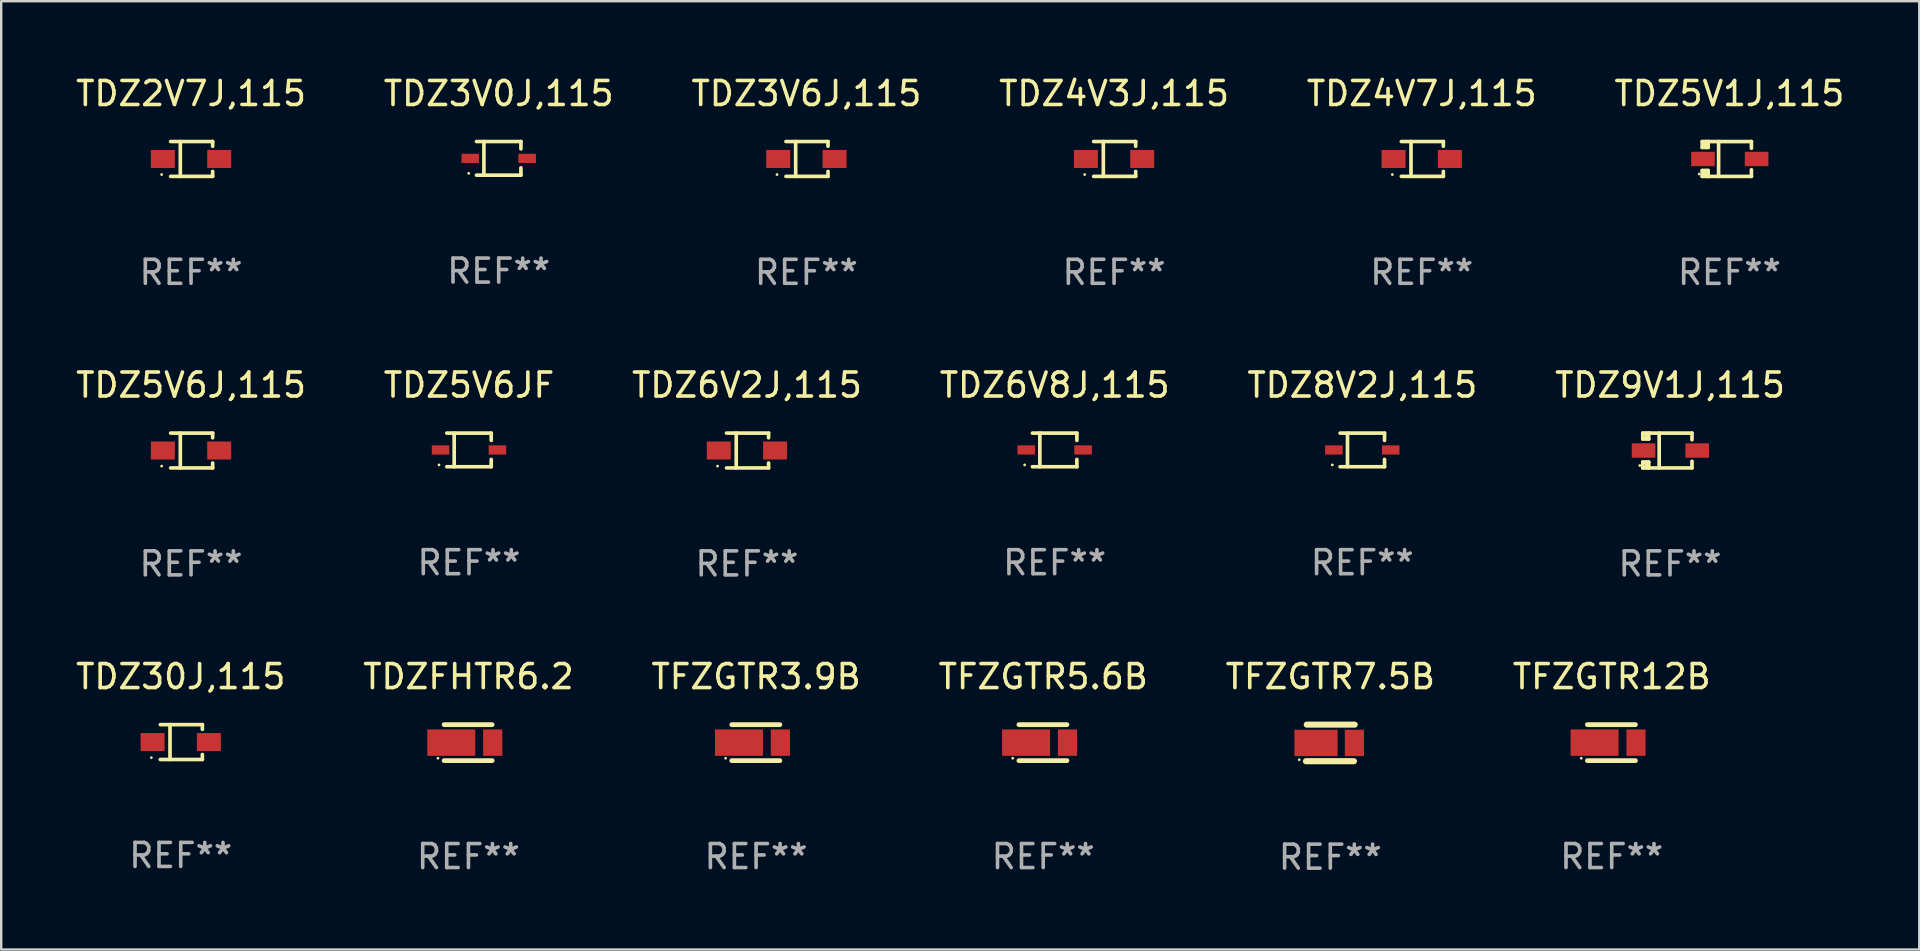
<source format=kicad_pcb>
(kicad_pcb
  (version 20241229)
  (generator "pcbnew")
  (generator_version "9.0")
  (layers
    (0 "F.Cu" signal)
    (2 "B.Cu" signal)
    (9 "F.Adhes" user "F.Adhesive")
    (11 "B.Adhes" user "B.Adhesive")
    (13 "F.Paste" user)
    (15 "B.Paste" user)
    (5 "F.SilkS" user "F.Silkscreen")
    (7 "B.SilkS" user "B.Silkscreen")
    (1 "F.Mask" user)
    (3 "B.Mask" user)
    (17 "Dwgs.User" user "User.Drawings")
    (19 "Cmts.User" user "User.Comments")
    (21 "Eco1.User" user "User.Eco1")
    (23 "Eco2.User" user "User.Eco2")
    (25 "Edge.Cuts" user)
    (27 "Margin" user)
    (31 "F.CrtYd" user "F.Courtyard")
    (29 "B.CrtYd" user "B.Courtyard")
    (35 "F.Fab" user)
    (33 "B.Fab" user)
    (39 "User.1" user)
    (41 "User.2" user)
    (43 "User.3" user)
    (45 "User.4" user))
  (footprint "TDZ6V2J,115"
    (layer "F.Cu")
    (at 28.077 15.724)
    (property "Reference" "TDZ6V2J,115" (at 0 -2.726 0) (layer "F.SilkS") (effects (font (size 1 1) (thickness 0.15))))
    (attr through_hole)
    (fp_line (start -0.851 -0.726) (end 0.901 -0.726) (stroke (width 0.152) (type solid)) (layer "F.SilkS"))
    (fp_line (start -0.851 0.726) (end 0.901 0.726) (stroke (width 0.152) (type solid)) (layer "F.SilkS"))
    (fp_line (start -0.447 -0.726) (end -0.447 0.726) (stroke (width 0.152) (type solid)) (layer "F.SilkS"))
    (fp_line (start 0.901 -0.726) (end 0.901 -0.53) (stroke (width 0.152) (type solid)) (layer "F.SilkS"))
    (fp_line (start 0.901 0.726) (end 0.901 0.52) (stroke (width 0.152) (type solid)) (layer "F.SilkS"))
    (fp_circle (center -1.225 0.65) (end -1.195 0.65) (stroke (width 0.06) (type solid)) (fill no) (layer "F.SilkS"))
    (fp_text user "REF**" (at 0 4.726 0) (layer "F.Fab") (effects (font (size 1 1) (thickness 0.15))))
    (pad "1" smd rect (at -1.173 0) (size 1 0.75) (layers "F.Cu" "F.Mask" "F.Paste"))
    (pad "2" smd rect (at 1.173 0) (size 1 0.75) (layers "F.Cu" "F.Mask" "F.Paste")))
  (footprint "TDZ3V6J,115"
    (layer "F.Cu")
    (at 30.554 3.574)
    (property "Reference" "TDZ3V6J,115" (at 0 -2.726 0) (layer "F.SilkS") (effects (font (size 1 1) (thickness 0.15))))
    (attr through_hole)
    (fp_line (start -0.851 -0.726) (end 0.901 -0.726) (stroke (width 0.152) (type solid)) (layer "F.SilkS"))
    (fp_line (start -0.851 0.726) (end 0.901 0.726) (stroke (width 0.152) (type solid)) (layer "F.SilkS"))
    (fp_line (start -0.447 -0.726) (end -0.447 0.726) (stroke (width 0.152) (type solid)) (layer "F.SilkS"))
    (fp_line (start 0.901 -0.726) (end 0.901 -0.53) (stroke (width 0.152) (type solid)) (layer "F.SilkS"))
    (fp_line (start 0.901 0.726) (end 0.901 0.52) (stroke (width 0.152) (type solid)) (layer "F.SilkS"))
    (fp_circle (center -1.225 0.65) (end -1.195 0.65) (stroke (width 0.06) (type solid)) (fill no) (layer "F.SilkS"))
    (fp_text user "REF**" (at 0 4.726 0) (layer "F.Fab") (effects (font (size 1 1) (thickness 0.15))))
    (pad "1" smd rect (at -1.173 0) (size 1 0.75) (layers "F.Cu" "F.Mask" "F.Paste"))
    (pad "2" smd rect (at 1.173 0) (size 1 0.75) (layers "F.Cu" "F.Mask" "F.Paste")))
  (footprint "TFZGTR12B"
    (layer "F.Cu")
    (at 64.113 27.897)
    (property "Reference" "TFZGTR12B" (at 0 -2.75 0) (layer "F.SilkS") (effects (font (size 1 1) (thickness 0.15))))
    (attr through_hole)
    (fp_line (start 0.988 -0.75) (end -1.012 -0.75) (stroke (width 0.2) (type solid)) (layer "F.SilkS"))
    (fp_line (start 0.988 0.75) (end -1.012 0.75) (stroke (width 0.2) (type solid)) (layer "F.SilkS"))
    (fp_circle (center -1.27 0.65) (end -1.24 0.65) (stroke (width 0.06) (type solid)) (fill no) (layer "F.SilkS"))
    (fp_text user "REF**" (at 0 4.75 0) (layer "F.Fab") (effects (font (size 1 1) (thickness 0.15))))
    (pad "1" smd rect (at -0.714 0.000203) (size 2 1.1) (layers "F.Cu" "F.Mask" "F.Paste"))
    (pad "2" smd rect (at 1.012 0.000203) (size 0.8 1.1) (layers "F.Cu" "F.Mask" "F.Paste")))
  (footprint "TDZ9V1J,115"
    (layer "F.Cu")
    (at 66.542 15.724)
    (property "Reference" "TDZ9V1J,115" (at 0 -2.726 0) (layer "F.SilkS") (effects (font (size 1 1) (thickness 0.15))))
    (attr through_hole)
    (fp_line (start -1.134 0.48) (end -1.134 0.726) (stroke (width 0.152) (type solid)) (layer "F.SilkS"))
    (fp_line (start -1.134 0.726) (end -0.885 0.726) (stroke (width 0.152) (type solid)) (layer "F.SilkS"))
    (fp_line (start -1.134 -0.726) (end -1.134 -0.48) (stroke (width 0.152) (type solid)) (layer "F.SilkS"))
    (fp_line (start -0.992 -0.726) (end -0.992 -0.48) (stroke (width 0.152) (type solid)) (layer "F.SilkS"))
    (fp_line (start -0.992 0.48) (end -0.992 0.726) (stroke (width 0.152) (type solid)) (layer "F.SilkS"))
    (fp_line (start -0.885 -0.726) (end -1.134 -0.726) (stroke (width 0.152) (type solid)) (layer "F.SilkS"))
    (fp_line (start -0.885 -0.48) (end -1.134 -0.48) (stroke (width 0.152) (type solid)) (layer "F.SilkS"))
    (fp_line (start -0.885 -0.48) (end -0.885 -0.726) (stroke (width 0.152) (type solid)) (layer "F.SilkS"))
    (fp_line (start -0.885 0.48) (end -1.134 0.48) (stroke (width 0.152) (type solid)) (layer "F.SilkS"))
    (fp_line (start -0.885 0.48) (end -0.885 0.726) (stroke (width 0.152) (type solid)) (layer "F.SilkS"))
    (fp_line (start -0.451 0.726) (end -0.451 -0.726) (stroke (width 0.152) (type solid)) (layer "F.SilkS"))
    (fp_line (start 0.917 -0.726) (end -0.885 -0.726) (stroke (width 0.152) (type solid)) (layer "F.SilkS"))
    (fp_line (start 0.917 -0.726) (end 0.917 -0.448) (stroke (width 0.152) (type solid)) (layer "F.SilkS"))
    (fp_line (start 0.917 0.726) (end -0.885 0.726) (stroke (width 0.152) (type solid)) (layer "F.SilkS"))
    (fp_line (start 0.917 0.726) (end 0.917 0.448) (stroke (width 0.152) (type solid)) (layer "F.SilkS"))
    (fp_circle (center -1.259 0.625) (end -1.229 0.625) (stroke (width 0.06) (type solid)) (fill no) (layer "F.SilkS"))
    (fp_text user "REF**" (at 0 4.726 0) (layer "F.Fab") (effects (font (size 1 1) (thickness 0.15))))
    (pad "1" smd rect (at -1.101 -0.000114) (size 0.985 0.6) (layers "F.Cu" "F.Mask" "F.Paste"))
    (pad "2" smd rect (at 1.134 -0.000114) (size 0.985 0.6) (layers "F.Cu" "F.Mask" "F.Paste")))
  (footprint "TDZ5V1J,115"
    (layer "F.Cu")
    (at 69.018 3.575)
    (property "Reference" "TDZ5V1J,115" (at 0 -2.726 0) (layer "F.SilkS") (effects (font (size 1 1) (thickness 0.15))))
    (attr through_hole)
    (fp_line (start -1.134 0.48) (end -1.134 0.726) (stroke (width 0.152) (type solid)) (layer "F.SilkS"))
    (fp_line (start -1.134 0.726) (end -0.885 0.726) (stroke (width 0.152) (type solid)) (layer "F.SilkS"))
    (fp_line (start -1.134 -0.726) (end -1.134 -0.48) (stroke (width 0.152) (type solid)) (layer "F.SilkS"))
    (fp_line (start -0.992 -0.726) (end -0.992 -0.48) (stroke (width 0.152) (type solid)) (layer "F.SilkS"))
    (fp_line (start -0.992 0.48) (end -0.992 0.726) (stroke (width 0.152) (type solid)) (layer "F.SilkS"))
    (fp_line (start -0.885 -0.726) (end -1.134 -0.726) (stroke (width 0.152) (type solid)) (layer "F.SilkS"))
    (fp_line (start -0.885 -0.48) (end -1.134 -0.48) (stroke (width 0.152) (type solid)) (layer "F.SilkS"))
    (fp_line (start -0.885 -0.48) (end -0.885 -0.726) (stroke (width 0.152) (type solid)) (layer "F.SilkS"))
    (fp_line (start -0.885 0.48) (end -1.134 0.48) (stroke (width 0.152) (type solid)) (layer "F.SilkS"))
    (fp_line (start -0.885 0.48) (end -0.885 0.726) (stroke (width 0.152) (type solid)) (layer "F.SilkS"))
    (fp_line (start -0.451 0.726) (end -0.451 -0.726) (stroke (width 0.152) (type solid)) (layer "F.SilkS"))
    (fp_line (start 0.917 -0.726) (end -0.885 -0.726) (stroke (width 0.152) (type solid)) (layer "F.SilkS"))
    (fp_line (start 0.917 -0.726) (end 0.917 -0.448) (stroke (width 0.152) (type solid)) (layer "F.SilkS"))
    (fp_line (start 0.917 0.726) (end -0.885 0.726) (stroke (width 0.152) (type solid)) (layer "F.SilkS"))
    (fp_line (start 0.917 0.726) (end 0.917 0.448) (stroke (width 0.152) (type solid)) (layer "F.SilkS"))
    (fp_circle (center -1.259 0.625) (end -1.229 0.625) (stroke (width 0.06) (type solid)) (fill no) (layer "F.SilkS"))
    (fp_text user "REF**" (at 0 4.726 0) (layer "F.Fab") (effects (font (size 1 1) (thickness 0.15))))
    (pad "1" smd rect (at -1.101 -0.000114) (size 0.985 0.6) (layers "F.Cu" "F.Mask" "F.Paste"))
    (pad "2" smd rect (at 1.134 -0.000114) (size 0.985 0.6) (layers "F.Cu" "F.Mask" "F.Paste")))
  (footprint "TFZGTR3.9B"
    (layer "F.Cu")
    (at 28.458 27.897)
    (property "Reference" "TFZGTR3.9B" (at 0 -2.75 0) (layer "F.SilkS") (effects (font (size 1 1) (thickness 0.15))))
    (attr through_hole)
    (fp_line (start 0.988 -0.75) (end -1.012 -0.75) (stroke (width 0.2) (type solid)) (layer "F.SilkS"))
    (fp_line (start 0.988 0.75) (end -1.012 0.75) (stroke (width 0.2) (type solid)) (layer "F.SilkS"))
    (fp_circle (center -1.27 0.65) (end -1.24 0.65) (stroke (width 0.06) (type solid)) (fill no) (layer "F.SilkS"))
    (fp_text user "REF**" (at 0 4.75 0) (layer "F.Fab") (effects (font (size 1 1) (thickness 0.15))))
    (pad "1" smd rect (at -0.714 0.000203) (size 2 1.1) (layers "F.Cu" "F.Mask" "F.Paste"))
    (pad "2" smd rect (at 1.012 0.000203) (size 0.8 1.1) (layers "F.Cu" "F.Mask" "F.Paste")))
  (footprint "TDZ5V6J,115"
    (layer "F.Cu")
    (at 4.911 15.724)
    (property "Reference" "TDZ5V6J,115" (at 0 -2.726 0) (layer "F.SilkS") (effects (font (size 1 1) (thickness 0.15))))
    (attr through_hole)
    (fp_line (start -0.851 -0.726) (end 0.901 -0.726) (stroke (width 0.152) (type solid)) (layer "F.SilkS"))
    (fp_line (start -0.851 0.726) (end 0.901 0.726) (stroke (width 0.152) (type solid)) (layer "F.SilkS"))
    (fp_line (start -0.447 -0.726) (end -0.447 0.726) (stroke (width 0.152) (type solid)) (layer "F.SilkS"))
    (fp_line (start 0.901 -0.726) (end 0.901 -0.53) (stroke (width 0.152) (type solid)) (layer "F.SilkS"))
    (fp_line (start 0.901 0.726) (end 0.901 0.52) (stroke (width 0.152) (type solid)) (layer "F.SilkS"))
    (fp_circle (center -1.225 0.65) (end -1.195 0.65) (stroke (width 0.06) (type solid)) (fill no) (layer "F.SilkS"))
    (fp_text user "REF**" (at 0 4.726 0) (layer "F.Fab") (effects (font (size 1 1) (thickness 0.15))))
    (pad "1" smd rect (at -1.173 0) (size 1 0.75) (layers "F.Cu" "F.Mask" "F.Paste"))
    (pad "2" smd rect (at 1.173 0) (size 1 0.75) (layers "F.Cu" "F.Mask" "F.Paste")))
  (footprint "TDZ2V7J,115"
    (layer "F.Cu")
    (at 4.911 3.574)
    (property "Reference" "TDZ2V7J,115" (at 0 -2.726 0) (layer "F.SilkS") (effects (font (size 1 1) (thickness 0.15))))
    (attr through_hole)
    (fp_line (start -0.851 -0.726) (end 0.901 -0.726) (stroke (width 0.152) (type solid)) (layer "F.SilkS"))
    (fp_line (start -0.851 0.726) (end 0.901 0.726) (stroke (width 0.152) (type solid)) (layer "F.SilkS"))
    (fp_line (start -0.447 -0.726) (end -0.447 0.726) (stroke (width 0.152) (type solid)) (layer "F.SilkS"))
    (fp_line (start 0.901 -0.726) (end 0.901 -0.53) (stroke (width 0.152) (type solid)) (layer "F.SilkS"))
    (fp_line (start 0.901 0.726) (end 0.901 0.52) (stroke (width 0.152) (type solid)) (layer "F.SilkS"))
    (fp_circle (center -1.225 0.65) (end -1.195 0.65) (stroke (width 0.06) (type solid)) (fill no) (layer "F.SilkS"))
    (fp_text user "REF**" (at 0 4.726 0) (layer "F.Fab") (effects (font (size 1 1) (thickness 0.15))))
    (pad "1" smd rect (at -1.173 0) (size 1 0.75) (layers "F.Cu" "F.Mask" "F.Paste"))
    (pad "2" smd rect (at 1.173 0) (size 1 0.75) (layers "F.Cu" "F.Mask" "F.Paste")))
  (footprint "TDZ6V8J,115"
    (layer "F.Cu")
    (at 40.899 15.699)
    (property "Reference" "TDZ6V8J,115" (at 0 -2.701 0) (layer "F.SilkS") (effects (font (size 1 1) (thickness 0.15))))
    (attr through_hole)
    (fp_line (start -0.926 -0.701) (end 0.926 -0.701) (stroke (width 0.152) (type solid)) (layer "F.SilkS"))
    (fp_line (start -0.926 0.701) (end 0.926 0.701) (stroke (width 0.152) (type solid)) (layer "F.SilkS"))
    (fp_line (start -0.617 -0.701) (end -0.617 0.701) (stroke (width 0.152) (type solid)) (layer "F.SilkS"))
    (fp_line (start 0.926 -0.701) (end 0.926 -0.396) (stroke (width 0.152) (type solid)) (layer "F.SilkS"))
    (fp_line (start 0.926 0.701) (end 0.926 0.396) (stroke (width 0.152) (type solid)) (layer "F.SilkS"))
    (fp_circle (center -1.25 0.625) (end -1.22 0.625) (stroke (width 0.06) (type solid)) (fill no) (layer "F.SilkS"))
    (fp_text user "REF**" (at 0 4.701 0) (layer "F.Fab") (effects (font (size 1 1) (thickness 0.15))))
    (pad "1" smd rect (at -1.185 0 180) (size 0.73 0.385) (layers "F.Cu" "F.Mask" "F.Paste"))
    (pad "2" smd rect (at 1.185 0 180) (size 0.73 0.385) (layers "F.Cu" "F.Mask" "F.Paste")))
  (footprint "TDZ3V0J,115"
    (layer "F.Cu")
    (at 17.732 3.549)
    (property "Reference" "TDZ3V0J,115" (at 0 -2.701 0) (layer "F.SilkS") (effects (font (size 1 1) (thickness 0.15))))
    (attr through_hole)
    (fp_line (start -0.926 -0.701) (end 0.926 -0.701) (stroke (width 0.152) (type solid)) (layer "F.SilkS"))
    (fp_line (start -0.926 0.701) (end 0.926 0.701) (stroke (width 0.152) (type solid)) (layer "F.SilkS"))
    (fp_line (start -0.617 -0.701) (end -0.617 0.701) (stroke (width 0.152) (type solid)) (layer "F.SilkS"))
    (fp_line (start 0.926 -0.701) (end 0.926 -0.396) (stroke (width 0.152) (type solid)) (layer "F.SilkS"))
    (fp_line (start 0.926 0.701) (end 0.926 0.396) (stroke (width 0.152) (type solid)) (layer "F.SilkS"))
    (fp_circle (center -1.25 0.625) (end -1.22 0.625) (stroke (width 0.06) (type solid)) (fill no) (layer "F.SilkS"))
    (fp_text user "REF**" (at 0 4.701 0) (layer "F.Fab") (effects (font (size 1 1) (thickness 0.15))))
    (pad "1" smd rect (at -1.185 0 180) (size 0.73 0.385) (layers "F.Cu" "F.Mask" "F.Paste"))
    (pad "2" smd rect (at 1.185 0 180) (size 0.73 0.385) (layers "F.Cu" "F.Mask" "F.Paste")))
  (footprint "TFZGTR7.5B"
    (layer "F.Cu")
    (at 52.387 27.909)
    (property "Reference" "TFZGTR7.5B" (at 0 -2.762 0) (layer "F.SilkS") (effects (font (size 1 1) (thickness 0.15))))
    (attr through_hole)
    (fp_line (start -1.016 0.762) (end 0.983 0.762) (stroke (width 0.254) (type solid)) (layer "F.SilkS"))
    (fp_line (start -0.983 -0.762) (end 1.016 -0.762) (stroke (width 0.254) (type solid)) (layer "F.SilkS"))
    (fp_circle (center -1.296 0.7) (end -1.266 0.7) (stroke (width 0.06) (type solid)) (fill no) (layer "F.SilkS"))
    (fp_text user "REF**" (at 0 4.762 0) (layer "F.Fab") (effects (font (size 1 1) (thickness 0.15))))
    (pad "1" smd rect (at -0.596 0 180) (size 1.8 1.1) (layers "F.Cu" "F.Mask" "F.Paste"))
    (pad "2" smd rect (at 1.004 0 180) (size 0.8 1.1) (layers "F.Cu" "F.Mask" "F.Paste")))
  (footprint "TDZ4V3J,115"
    (layer "F.Cu")
    (at 43.375 3.574)
    (property "Reference" "TDZ4V3J,115" (at 0 -2.726 0) (layer "F.SilkS") (effects (font (size 1 1) (thickness 0.15))))
    (attr through_hole)
    (fp_line (start -0.851 -0.726) (end 0.901 -0.726) (stroke (width 0.152) (type solid)) (layer "F.SilkS"))
    (fp_line (start -0.851 0.726) (end 0.901 0.726) (stroke (width 0.152) (type solid)) (layer "F.SilkS"))
    (fp_line (start -0.447 -0.726) (end -0.447 0.726) (stroke (width 0.152) (type solid)) (layer "F.SilkS"))
    (fp_line (start 0.901 -0.726) (end 0.901 -0.53) (stroke (width 0.152) (type solid)) (layer "F.SilkS"))
    (fp_line (start 0.901 0.726) (end 0.901 0.52) (stroke (width 0.152) (type solid)) (layer "F.SilkS"))
    (fp_circle (center -1.225 0.65) (end -1.195 0.65) (stroke (width 0.06) (type solid)) (fill no) (layer "F.SilkS"))
    (fp_text user "REF**" (at 0 4.726 0) (layer "F.Fab") (effects (font (size 1 1) (thickness 0.15))))
    (pad "1" smd rect (at -1.173 0) (size 1 0.75) (layers "F.Cu" "F.Mask" "F.Paste"))
    (pad "2" smd rect (at 1.173 0) (size 1 0.75) (layers "F.Cu" "F.Mask" "F.Paste")))
  (footprint "TDZ30J,115"
    (layer "F.Cu")
    (at 4.482 27.873)
    (property "Reference" "TDZ30J,115" (at 0 -2.726 0) (layer "F.SilkS") (effects (font (size 1 1) (thickness 0.15))))
    (attr through_hole)
    (fp_line (start -0.851 -0.726) (end 0.901 -0.726) (stroke (width 0.152) (type solid)) (layer "F.SilkS"))
    (fp_line (start -0.851 0.726) (end 0.901 0.726) (stroke (width 0.152) (type solid)) (layer "F.SilkS"))
    (fp_line (start -0.447 -0.726) (end -0.447 0.726) (stroke (width 0.152) (type solid)) (layer "F.SilkS"))
    (fp_line (start 0.901 -0.726) (end 0.901 -0.53) (stroke (width 0.152) (type solid)) (layer "F.SilkS"))
    (fp_line (start 0.901 0.726) (end 0.901 0.52) (stroke (width 0.152) (type solid)) (layer "F.SilkS"))
    (fp_circle (center -1.225 0.65) (end -1.195 0.65) (stroke (width 0.06) (type solid)) (fill no) (layer "F.SilkS"))
    (fp_text user "REF**" (at 0 4.726 0) (layer "F.Fab") (effects (font (size 1 1) (thickness 0.15))))
    (pad "1" smd rect (at -1.173 0) (size 1 0.75) (layers "F.Cu" "F.Mask" "F.Paste"))
    (pad "2" smd rect (at 1.173 0) (size 1 0.75) (layers "F.Cu" "F.Mask" "F.Paste")))
  (footprint "TDZFHTR6.2"
    (layer "F.Cu")
    (at 16.47 27.897)
    (property "Reference" "TDZFHTR6.2" (at 0 -2.75 0) (layer "F.SilkS") (effects (font (size 1 1) (thickness 0.15))))
    (attr through_hole)
    (fp_line (start 0.988 -0.75) (end -1.012 -0.75) (stroke (width 0.2) (type solid)) (layer "F.SilkS"))
    (fp_line (start 0.988 0.75) (end -1.012 0.75) (stroke (width 0.2) (type solid)) (layer "F.SilkS"))
    (fp_circle (center -1.27 0.65) (end -1.24 0.65) (stroke (width 0.06) (type solid)) (fill no) (layer "F.SilkS"))
    (fp_text user "REF**" (at 0 4.75 0) (layer "F.Fab") (effects (font (size 1 1) (thickness 0.15))))
    (pad "1" smd rect (at -0.714 0.000203) (size 2 1.1) (layers "F.Cu" "F.Mask" "F.Paste"))
    (pad "2" smd rect (at 1.012 0.000203) (size 0.8 1.1) (layers "F.Cu" "F.Mask" "F.Paste")))
  (footprint "TDZ8V2J,115"
    (layer "F.Cu")
    (at 53.72 15.699)
    (property "Reference" "TDZ8V2J,115" (at 0 -2.701 0) (layer "F.SilkS") (effects (font (size 1 1) (thickness 0.15))))
    (attr through_hole)
    (fp_line (start -0.926 -0.701) (end 0.926 -0.701) (stroke (width 0.152) (type solid)) (layer "F.SilkS"))
    (fp_line (start -0.926 0.701) (end 0.926 0.701) (stroke (width 0.152) (type solid)) (layer "F.SilkS"))
    (fp_line (start -0.617 -0.701) (end -0.617 0.701) (stroke (width 0.152) (type solid)) (layer "F.SilkS"))
    (fp_line (start 0.926 -0.701) (end 0.926 -0.396) (stroke (width 0.152) (type solid)) (layer "F.SilkS"))
    (fp_line (start 0.926 0.701) (end 0.926 0.396) (stroke (width 0.152) (type solid)) (layer "F.SilkS"))
    (fp_circle (center -1.25 0.625) (end -1.22 0.625) (stroke (width 0.06) (type solid)) (fill no) (layer "F.SilkS"))
    (fp_text user "REF**" (at 0 4.701 0) (layer "F.Fab") (effects (font (size 1 1) (thickness 0.15))))
    (pad "1" smd rect (at -1.185 0 180) (size 0.73 0.385) (layers "F.Cu" "F.Mask" "F.Paste"))
    (pad "2" smd rect (at 1.185 0 180) (size 0.73 0.385) (layers "F.Cu" "F.Mask" "F.Paste")))
  (footprint "TDZ5V6JF"
    (layer "F.Cu")
    (at 16.494 15.699)
    (property "Reference" "TDZ5V6JF" (at 0 -2.701 0) (layer "F.SilkS") (effects (font (size 1 1) (thickness 0.15))))
    (attr through_hole)
    (fp_line (start -0.926 -0.701) (end 0.926 -0.701) (stroke (width 0.152) (type solid)) (layer "F.SilkS"))
    (fp_line (start -0.926 0.701) (end 0.926 0.701) (stroke (width 0.152) (type solid)) (layer "F.SilkS"))
    (fp_line (start -0.617 -0.701) (end -0.617 0.701) (stroke (width 0.152) (type solid)) (layer "F.SilkS"))
    (fp_line (start 0.926 -0.701) (end 0.926 -0.396) (stroke (width 0.152) (type solid)) (layer "F.SilkS"))
    (fp_line (start 0.926 0.701) (end 0.926 0.396) (stroke (width 0.152) (type solid)) (layer "F.SilkS"))
    (fp_circle (center -1.25 0.625) (end -1.22 0.625) (stroke (width 0.06) (type solid)) (fill no) (layer "F.SilkS"))
    (fp_text user "REF**" (at 0 4.701 0) (layer "F.Fab") (effects (font (size 1 1) (thickness 0.15))))
    (pad "1" smd rect (at -1.185 0 180) (size 0.73 0.385) (layers "F.Cu" "F.Mask" "F.Paste"))
    (pad "2" smd rect (at 1.185 0 180) (size 0.73 0.385) (layers "F.Cu" "F.Mask" "F.Paste")))
  (footprint "TDZ4V7J,115"
    (layer "F.Cu")
    (at 56.196 3.574)
    (property "Reference" "TDZ4V7J,115" (at 0 -2.726 0) (layer "F.SilkS") (effects (font (size 1 1) (thickness 0.15))))
    (attr through_hole)
    (fp_line (start -0.851 -0.726) (end 0.901 -0.726) (stroke (width 0.152) (type solid)) (layer "F.SilkS"))
    (fp_line (start -0.851 0.726) (end 0.901 0.726) (stroke (width 0.152) (type solid)) (layer "F.SilkS"))
    (fp_line (start -0.447 -0.726) (end -0.447 0.726) (stroke (width 0.152) (type solid)) (layer "F.SilkS"))
    (fp_line (start 0.901 -0.726) (end 0.901 -0.53) (stroke (width 0.152) (type solid)) (layer "F.SilkS"))
    (fp_line (start 0.901 0.726) (end 0.901 0.52) (stroke (width 0.152) (type solid)) (layer "F.SilkS"))
    (fp_circle (center -1.225 0.65) (end -1.195 0.65) (stroke (width 0.06) (type solid)) (fill no) (layer "F.SilkS"))
    (fp_text user "REF**" (at 0 4.726 0) (layer "F.Fab") (effects (font (size 1 1) (thickness 0.15))))
    (pad "1" smd rect (at -1.173 0) (size 1 0.75) (layers "F.Cu" "F.Mask" "F.Paste"))
    (pad "2" smd rect (at 1.173 0) (size 1 0.75) (layers "F.Cu" "F.Mask" "F.Paste")))
  (footprint "TFZGTR5.6B"
    (layer "F.Cu")
    (at 40.423 27.897)
    (property "Reference" "TFZGTR5.6B" (at 0 -2.75 0) (layer "F.SilkS") (effects (font (size 1 1) (thickness 0.15))))
    (attr through_hole)
    (fp_line (start 0.988 -0.75) (end -1.012 -0.75) (stroke (width 0.2) (type solid)) (layer "F.SilkS"))
    (fp_line (start 0.988 0.75) (end -1.012 0.75) (stroke (width 0.2) (type solid)) (layer "F.SilkS"))
    (fp_circle (center -1.27 0.65) (end -1.24 0.65) (stroke (width 0.06) (type solid)) (fill no) (layer "F.SilkS"))
    (fp_text user "REF**" (at 0 4.75 0) (layer "F.Fab") (effects (font (size 1 1) (thickness 0.15))))
    (pad "1" smd rect (at -0.714 0.000203) (size 2 1.1) (layers "F.Cu" "F.Mask" "F.Paste"))
    (pad "2" smd rect (at 1.012 0.000203) (size 0.8 1.1) (layers "F.Cu" "F.Mask" "F.Paste")))
  (gr_rect
    (start -3 -3)
    (end 76.929 36.519)
    (stroke (width 0.1) (type default))
    (fill no)
    (layer "Edge.Cuts")))
</source>
